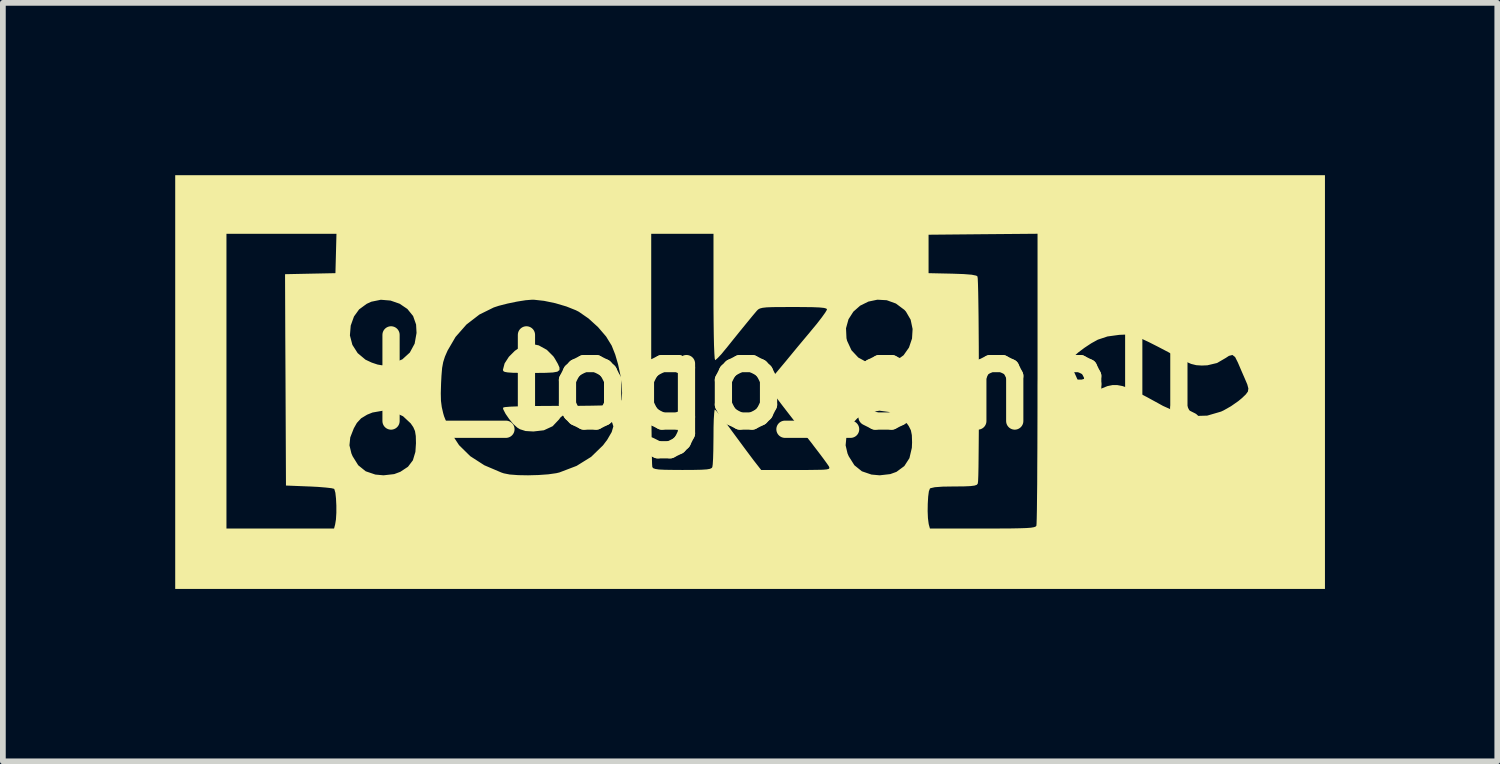
<source format=kicad_pcb>
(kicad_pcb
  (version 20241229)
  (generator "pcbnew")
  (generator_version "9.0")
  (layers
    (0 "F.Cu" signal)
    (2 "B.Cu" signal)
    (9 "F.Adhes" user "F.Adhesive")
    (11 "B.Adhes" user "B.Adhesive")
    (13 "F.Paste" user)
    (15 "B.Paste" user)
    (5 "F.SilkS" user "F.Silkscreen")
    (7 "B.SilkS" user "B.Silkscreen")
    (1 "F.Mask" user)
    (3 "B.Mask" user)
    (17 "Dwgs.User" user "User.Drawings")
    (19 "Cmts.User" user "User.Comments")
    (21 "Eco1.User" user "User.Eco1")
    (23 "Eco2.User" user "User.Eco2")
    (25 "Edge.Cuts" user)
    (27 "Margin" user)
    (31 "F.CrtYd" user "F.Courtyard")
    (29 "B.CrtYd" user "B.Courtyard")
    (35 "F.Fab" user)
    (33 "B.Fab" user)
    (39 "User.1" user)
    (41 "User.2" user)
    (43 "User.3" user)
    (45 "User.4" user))
  (footprint "ek_logo_small"
    (layer "F.Cu")
    (at 10.007 3.601)
    (property "Reference" "ek_logo_small" (at 0 0 0) (layer "F.SilkS") (effects (font (size 1.5 1.5) (thickness 0.3))))
    (attr board_only exclude_from_pos_files exclude_from_bom)
    (fp_poly (pts (xy -3.679 -0.639) (xy -3.538 -0.561) (xy -3.424 -0.447) (xy -3.397 -0.406) (xy -3.346 -0.317) (xy -3.318 -0.253) (xy -3.318 -0.209) (xy -3.355 -0.181) (xy -3.433 -0.167) (xy -3.56 -0.161) (xy -3.742 -0.159) (xy -3.808 -0.159) (xy -3.996 -0.16) (xy -4.13 -0.162) (xy -4.218 -0.168) (xy -4.27 -0.177) (xy -4.295 -0.191) (xy -4.302 -0.211) (xy -4.302 -0.215) (xy -4.273 -0.325) (xy -4.199 -0.44) (xy -4.094 -0.545) (xy -3.975 -0.625) (xy -3.857 -0.666) (xy -3.824 -0.668)) (stroke (width 0) (type solid)) (fill yes) (layer "F.SilkS"))
    (fp_poly (pts (xy 10.007 0) (xy 10.007 3.601) (xy 0 3.601) (xy -10.007 3.601) (xy -10.007 0) (xy -10.007 -2.581) (xy -9.115 -2.581) (xy -9.115 -0.016) (xy -9.115 2.55) (xy -8.178 2.55) (xy -7.242 2.55) (xy -7.223 2.478) (xy -7.209 2.392) (xy -7.202 2.277) (xy -7.202 2.247) (xy 3.091 2.247) (xy 3.096 2.368) (xy 3.108 2.462) (xy 3.111 2.478) (xy 3.131 2.55) (xy 4.048 2.55) (xy 4.316 2.549) (xy 4.528 2.548) (xy 4.69 2.545) (xy 4.808 2.541) (xy 4.89 2.535) (xy 4.942 2.526) (xy 4.971 2.515) (xy 4.984 2.501) (xy 4.984 2.499) (xy 4.987 2.46) (xy 4.99 2.362) (xy 4.993 2.21) (xy 4.995 2.01) (xy 4.998 1.765) (xy 4.999 1.481) (xy 5.001 1.163) (xy 5.002 0.816) (xy 5.003 0.444) (xy 5.003 0.053) (xy 5.004 -0.067) (xy 5.004 -0.377) (xy 5.584 -0.377) (xy 5.59 -0.32) (xy 5.619 -0.23) (xy 5.643 -0.171) (xy 5.71 -0.02) (xy 5.755 0.083) (xy 5.782 0.15) (xy 5.796 0.19) (xy 5.8 0.214) (xy 5.8 0.22) (xy 5.823 0.252) (xy 5.882 0.246) (xy 5.965 0.204) (xy 6.002 0.178) (xy 6.103 0.118) (xy 6.218 0.071) (xy 6.231 0.068) (xy 6.31 0.052) (xy 6.391 0.052) (xy 6.482 0.069) (xy 6.592 0.107) (xy 6.728 0.169) (xy 6.9 0.257) (xy 7.116 0.375) (xy 7.188 0.415) (xy 7.453 0.534) (xy 7.709 0.591) (xy 7.958 0.584) (xy 8.198 0.514) (xy 8.245 0.492) (xy 8.372 0.42) (xy 8.498 0.332) (xy 8.562 0.279) (xy 8.629 0.215) (xy 8.666 0.165) (xy 8.674 0.112) (xy 8.655 0.04) (xy 8.608 -0.07) (xy 8.59 -0.111) (xy 8.55 -0.203) (xy 8.503 -0.313) (xy 8.49 -0.343) (xy 8.443 -0.436) (xy 8.396 -0.472) (xy 8.335 -0.456) (xy 8.282 -0.421) (xy 8.129 -0.332) (xy 7.96 -0.292) (xy 7.862 -0.288) (xy 7.767 -0.294) (xy 7.678 -0.316) (xy 7.573 -0.362) (xy 7.442 -0.433) (xy 7.284 -0.519) (xy 7.105 -0.613) (xy 6.939 -0.697) (xy 6.92 -0.706) (xy 6.789 -0.767) (xy 6.694 -0.805) (xy 6.612 -0.823) (xy 6.522 -0.826) (xy 6.426 -0.822) (xy 6.221 -0.794) (xy 6.056 -0.739) (xy 6.055 -0.739) (xy 5.939 -0.675) (xy 5.821 -0.597) (xy 5.713 -0.516) (xy 5.631 -0.442) (xy 5.587 -0.386) (xy 5.584 -0.377) (xy 5.004 -0.377) (xy 5.004 -2.582) (xy 4.055 -2.574) (xy 3.107 -2.565) (xy 3.107 -2.231) (xy 3.107 -1.896) (xy 3.52 -1.887) (xy 3.72 -1.88) (xy 3.858 -1.869) (xy 3.937 -1.853) (xy 3.958 -1.839) (xy 3.963 -1.801) (xy 3.967 -1.706) (xy 3.971 -1.562) (xy 3.974 -1.375) (xy 3.977 -1.152) (xy 3.979 -0.901) (xy 3.981 -0.628) (xy 3.982 -0.341) (xy 3.983 -0.047) (xy 3.983 0.248) (xy 3.983 0.535) (xy 3.982 0.809) (xy 3.98 1.062) (xy 3.978 1.287) (xy 3.976 1.477) (xy 3.973 1.625) (xy 3.969 1.724) (xy 3.964 1.766) (xy 3.947 1.788) (xy 3.906 1.802) (xy 3.832 1.811) (xy 3.714 1.816) (xy 3.556 1.817) (xy 3.355 1.82) (xy 3.217 1.83) (xy 3.141 1.847) (xy 3.13 1.855) (xy 3.112 1.903) (xy 3.1 1.996) (xy 3.093 2.117) (xy 3.091 2.247) (xy -7.202 2.247) (xy -7.202 2.15) (xy -7.208 2.027) (xy -7.219 1.927) (xy -7.236 1.867) (xy -7.242 1.858) (xy -7.288 1.847) (xy -7.384 1.836) (xy -7.516 1.825) (xy -7.67 1.817) (xy -7.681 1.817) (xy -8.079 1.801) (xy -8.082 1.101) (xy -6.974 1.101) (xy -6.94 1.242) (xy -6.919 1.291) (xy -6.821 1.448) (xy -6.691 1.553) (xy -6.523 1.61) (xy -6.381 1.623) (xy -6.195 1.602) (xy -6.088 1.562) (xy -5.955 1.474) (xy -5.87 1.362) (xy -5.826 1.216) (xy -5.816 1.065) (xy -5.819 0.939) (xy -5.833 0.853) (xy -5.863 0.784) (xy -5.908 0.719) (xy -6.041 0.595) (xy -6.204 0.52) (xy -6.385 0.497) (xy -6.573 0.53) (xy -6.667 0.568) (xy -6.771 0.631) (xy -6.845 0.711) (xy -6.898 0.805) (xy -6.96 0.963) (xy -6.974 1.101) (xy -8.082 1.101) (xy -8.086 0.195) (xy -5.384 0.195) (xy -5.381 0.326) (xy -5.367 0.435) (xy -5.342 0.543) (xy -5.327 0.595) (xy -5.217 0.868) (xy -5.066 1.098) (xy -4.871 1.29) (xy -4.626 1.448) (xy -4.328 1.575) (xy -4.286 1.589) (xy -4.184 1.609) (xy -4.037 1.62) (xy -3.865 1.623) (xy -3.684 1.618) (xy -3.514 1.606) (xy -3.373 1.586) (xy -3.319 1.573) (xy -3.02 1.459) (xy -2.767 1.302) (xy -2.561 1.102) (xy -2.488 1.006) (xy -2.409 0.87) (xy -2.38 0.771) (xy -2.4 0.707) (xy -2.407 0.7) (xy -2.457 0.68) (xy -2.553 0.659) (xy -2.674 0.641) (xy -2.699 0.638) (xy -2.845 0.621) (xy -2.992 0.603) (xy -3.108 0.588) (xy -3.109 0.588) (xy -3.207 0.578) (xy -3.263 0.585) (xy -3.302 0.617) (xy -3.326 0.651) (xy -3.438 0.769) (xy -3.589 0.839) (xy -3.772 0.86) (xy -3.908 0.852) (xy -4.006 0.821) (xy -4.052 0.793) (xy -4.121 0.731) (xy -4.193 0.644) (xy -4.256 0.553) (xy -4.296 0.476) (xy -4.302 0.447) (xy -4.271 0.436) (xy -4.176 0.428) (xy -4.019 0.422) (xy -3.801 0.417) (xy -3.523 0.415) (xy -3.305 0.414) (xy -3.001 0.414) (xy -2.757 0.411) (xy -2.567 0.407) (xy -2.428 0.401) (xy -2.335 0.393) (xy -2.282 0.383) (xy -2.269 0.376) (xy -2.239 0.307) (xy -2.228 0.192) (xy -2.236 0.043) (xy -2.259 -0.128) (xy -2.297 -0.306) (xy -2.347 -0.478) (xy -2.408 -0.632) (xy -2.408 -0.633) (xy -2.507 -0.794) (xy -2.647 -0.957) (xy -2.812 -1.107) (xy -2.981 -1.224) (xy -3.034 -1.251) (xy -3.197 -1.316) (xy -3.39 -1.373) (xy -3.586 -1.414) (xy -3.758 -1.433) (xy -3.792 -1.434) (xy -3.906 -1.425) (xy -4.057 -1.401) (xy -4.221 -1.367) (xy -4.374 -1.328) (xy -4.462 -1.299) (xy -4.711 -1.176) (xy -4.937 -1.002) (xy -5.127 -0.786) (xy -5.266 -0.548) (xy -5.312 -0.443) (xy -5.342 -0.348) (xy -5.361 -0.245) (xy -5.372 -0.113) (xy -5.379 0.021) (xy -5.384 0.195) (xy -8.086 0.195) (xy -8.087 -0.039) (xy -8.091 -0.812) (xy -6.966 -0.812) (xy -6.923 -0.648) (xy -6.831 -0.504) (xy -6.695 -0.39) (xy -6.586 -0.339) (xy -6.484 -0.305) (xy -6.408 -0.292) (xy -6.33 -0.299) (xy -6.224 -0.324) (xy -6.053 -0.396) (xy -5.923 -0.514) (xy -5.839 -0.669) (xy -5.806 -0.855) (xy -5.814 -1.002) (xy -5.866 -1.15) (xy -5.966 -1.273) (xy -6.101 -1.364) (xy -6.259 -1.419) (xy -6.427 -1.433) (xy -6.593 -1.399) (xy -6.674 -1.362) (xy -6.806 -1.265) (xy -6.895 -1.142) (xy -6.952 -0.983) (xy -6.966 -0.812) (xy -8.091 -0.812) (xy -8.095 -1.878) (xy -7.657 -1.887) (xy -7.218 -1.896) (xy -7.209 -2.239) (xy -7.2 -2.581) (xy -1.721 -2.581) (xy -1.721 -0.576) (xy -1.721 -0.224) (xy -1.72 0.111) (xy -1.718 0.422) (xy -1.717 0.703) (xy -1.714 0.95) (xy -1.712 1.156) (xy -1.709 1.316) (xy -1.706 1.425) (xy -1.702 1.476) (xy -1.702 1.479) (xy -1.686 1.499) (xy -1.65 1.512) (xy -1.586 1.522) (xy -1.483 1.527) (xy -1.332 1.529) (xy -1.179 1.53) (xy -0.986 1.529) (xy -0.847 1.526) (xy -0.754 1.52) (xy -0.697 1.51) (xy -0.667 1.495) (xy -0.657 1.479) (xy -0.65 1.431) (xy -0.644 1.331) (xy -0.64 1.193) (xy -0.638 1.029) (xy -0.637 0.953) (xy -0.636 0.788) (xy -0.632 0.647) (xy -0.625 0.543) (xy -0.618 0.485) (xy -0.613 0.478) (xy -0.587 0.503) (xy -0.531 0.57) (xy -0.452 0.67) (xy -0.358 0.795) (xy -0.319 0.849) (xy -0.209 0.998) (xy -0.102 1.143) (xy -0.008 1.269) (xy 0.062 1.362) (xy 0.072 1.375) (xy 0.193 1.53) (xy 0.799 1.53) (xy 1.009 1.53) (xy 1.163 1.528) (xy 1.27 1.526) (xy 1.336 1.52) (xy 1.371 1.51) (xy 1.381 1.496) (xy 1.376 1.476) (xy 1.369 1.463) (xy 1.338 1.418) (xy 1.275 1.331) (xy 1.186 1.213) (xy 1.1 1.101) (xy 1.663 1.101) (xy 1.696 1.242) (xy 1.717 1.291) (xy 1.816 1.448) (xy 1.946 1.553) (xy 2.113 1.61) (xy 2.256 1.623) (xy 2.44 1.602) (xy 2.548 1.563) (xy 2.685 1.462) (xy 2.774 1.324) (xy 2.816 1.144) (xy 2.82 1.049) (xy 2.816 0.924) (xy 2.799 0.839) (xy 2.763 0.767) (xy 2.735 0.727) (xy 2.6 0.6) (xy 2.435 0.523) (xy 2.253 0.498) (xy 2.064 0.53) (xy 1.97 0.568) (xy 1.866 0.631) (xy 1.792 0.711) (xy 1.739 0.805) (xy 1.676 0.963) (xy 1.663 1.101) (xy 1.1 1.101) (xy 1.078 1.071) (xy 0.956 0.916) (xy 0.945 0.902) (xy 0.815 0.734) (xy 0.688 0.571) (xy 0.573 0.422) (xy 0.481 0.301) (xy 0.422 0.222) (xy 0.286 0.036) (xy 0.454 -0.162) (xy 0.545 -0.271) (xy 0.631 -0.374) (xy 0.695 -0.452) (xy 0.701 -0.459) (xy 0.751 -0.52) (xy 0.832 -0.618) (xy 0.933 -0.739) (xy 1.043 -0.87) (xy 1.059 -0.89) (xy 1.098 -0.937) (xy 1.67 -0.937) (xy 1.678 -0.763) (xy 1.689 -0.718) (xy 1.765 -0.554) (xy 1.884 -0.427) (xy 2.036 -0.344) (xy 2.21 -0.307) (xy 2.395 -0.322) (xy 2.541 -0.372) (xy 2.672 -0.467) (xy 2.766 -0.601) (xy 2.819 -0.758) (xy 2.829 -0.924) (xy 2.795 -1.086) (xy 2.713 -1.227) (xy 2.686 -1.257) (xy 2.539 -1.367) (xy 2.379 -1.425) (xy 2.216 -1.434) (xy 2.059 -1.401) (xy 1.916 -1.33) (xy 1.798 -1.226) (xy 1.713 -1.093) (xy 1.67 -0.937) (xy 1.098 -0.937) (xy 1.162 -1.014) (xy 1.247 -1.124) (xy 1.308 -1.209) (xy 1.337 -1.258) (xy 1.339 -1.264) (xy 1.327 -1.28) (xy 1.286 -1.291) (xy 1.209 -1.299) (xy 1.088 -1.304) (xy 0.916 -1.306) (xy 0.756 -1.307) (xy 0.55 -1.306) (xy 0.398 -1.305) (xy 0.29 -1.301) (xy 0.218 -1.293) (xy 0.171 -1.281) (xy 0.14 -1.264) (xy 0.116 -1.24) (xy 0.112 -1.235) (xy 0.041 -1.151) (xy -0.058 -1.03) (xy -0.174 -0.888) (xy -0.295 -0.738) (xy -0.411 -0.593) (xy -0.421 -0.582) (xy -0.498 -0.488) (xy -0.563 -0.419) (xy -0.603 -0.384) (xy -0.608 -0.382) (xy -0.616 -0.413) (xy -0.622 -0.502) (xy -0.628 -0.642) (xy -0.632 -0.829) (xy -0.635 -1.055) (xy -0.637 -1.315) (xy -0.637 -1.482) (xy -0.637 -2.581) (xy -1.179 -2.581) (xy -1.721 -2.581) (xy -7.2 -2.581) (xy -8.158 -2.581) (xy -9.115 -2.581) (xy -10.007 -2.581) (xy -10.007 -3.601) (xy 0 -3.601) (xy 10.007 -3.601)) (stroke (width 0) (type solid)) (fill yes) (layer "F.SilkS")))
  (gr_rect
    (start -3 -3)
    (end 23.014 10.203)
    (stroke (width 0.1) (type default))
    (fill no)
    (layer "Edge.Cuts")))
</source>
